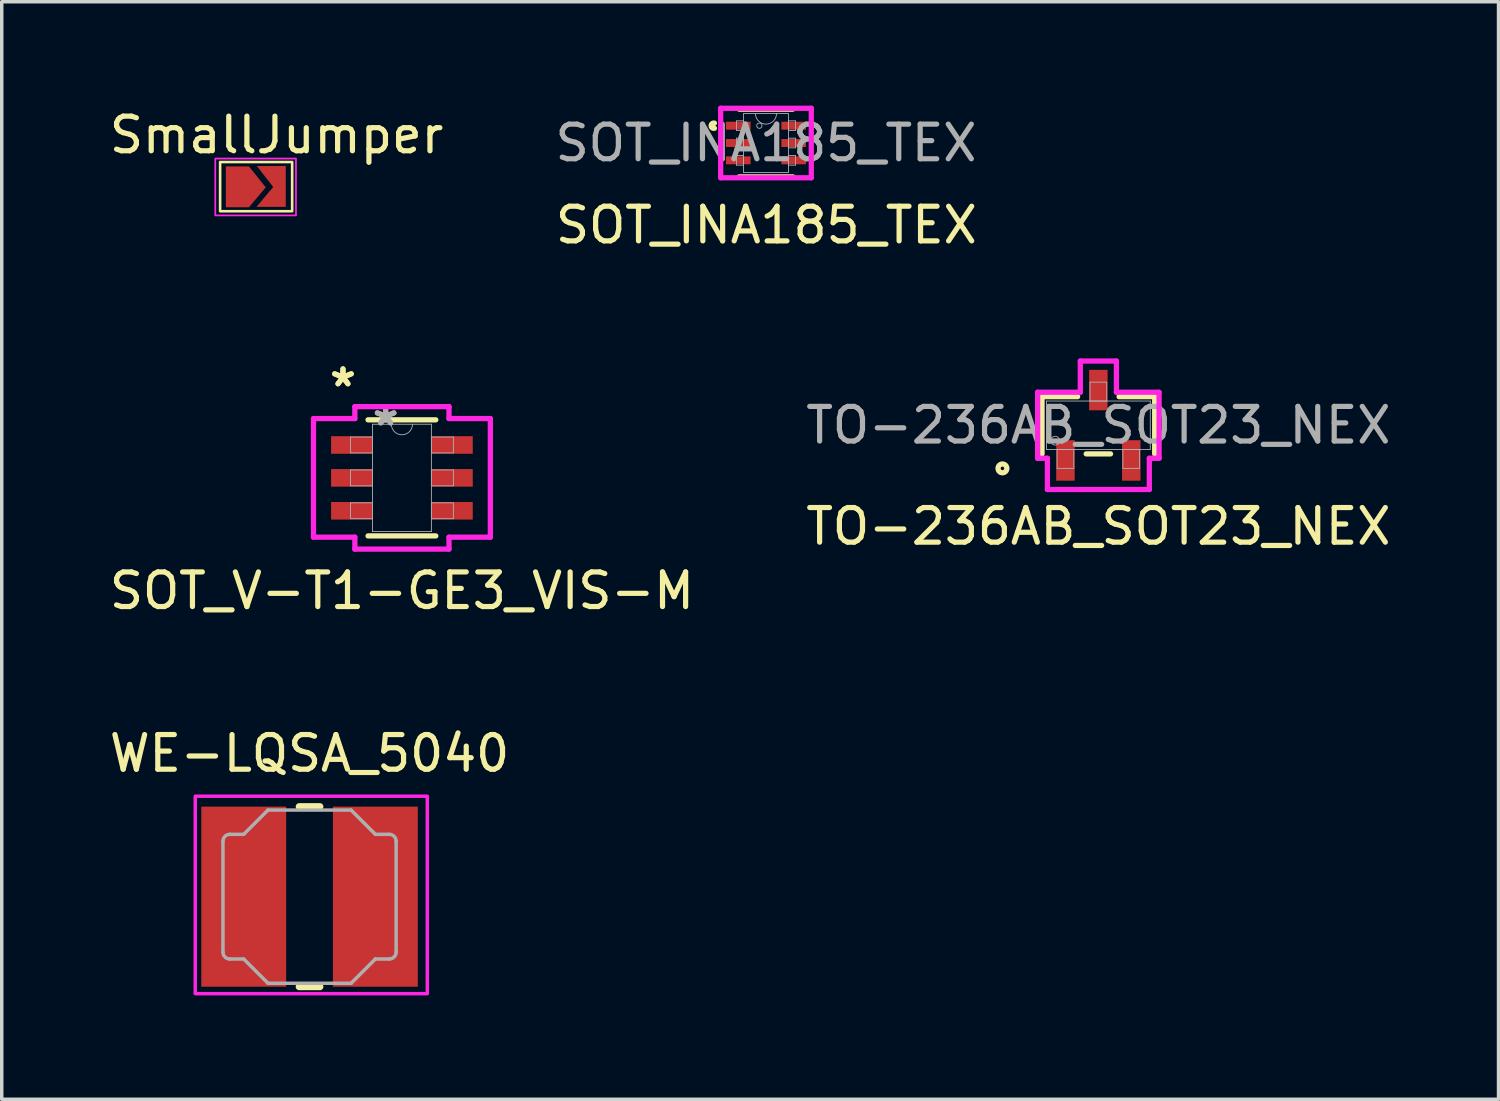
<source format=kicad_pcb>
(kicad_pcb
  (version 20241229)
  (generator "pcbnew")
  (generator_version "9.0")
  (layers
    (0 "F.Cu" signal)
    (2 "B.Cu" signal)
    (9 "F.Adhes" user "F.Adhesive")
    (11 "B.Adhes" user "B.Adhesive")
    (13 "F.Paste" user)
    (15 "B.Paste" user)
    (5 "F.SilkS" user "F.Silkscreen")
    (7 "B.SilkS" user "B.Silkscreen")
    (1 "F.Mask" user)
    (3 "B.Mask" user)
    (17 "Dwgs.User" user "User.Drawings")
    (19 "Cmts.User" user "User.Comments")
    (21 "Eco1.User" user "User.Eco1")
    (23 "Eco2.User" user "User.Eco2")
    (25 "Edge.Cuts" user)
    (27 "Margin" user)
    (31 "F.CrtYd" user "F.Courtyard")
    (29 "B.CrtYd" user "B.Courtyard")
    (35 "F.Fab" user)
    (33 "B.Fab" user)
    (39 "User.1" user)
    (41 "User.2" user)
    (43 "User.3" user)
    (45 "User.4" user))
  (footprint "SOT_V-T1-GE3_VIS-M"
    (layer "F.Cu")
    (at 8.554 10.747)
    (property "Reference" "SOT_V-T1-GE3_VIS-M" (at 0 3.26 0) (unlocked yes) (layer "F.SilkS") (effects (font (size 1 1) (thickness 0.15))))
    (attr smd)
    (fp_line (start -0.978 1.676) (end 0.978 1.676) (stroke (width 0.152) (type solid)) (layer "F.SilkS"))
    (fp_line (start 0.978 -1.676) (end -0.978 -1.676) (stroke (width 0.152) (type solid)) (layer "F.SilkS"))
    (fp_line (start -2.553 -1.712) (end -1.359 -1.712) (stroke (width 0.152) (type solid)) (layer "F.CrtYd"))
    (fp_line (start -2.553 1.712) (end -2.553 -1.712) (stroke (width 0.152) (type solid)) (layer "F.CrtYd"))
    (fp_line (start -2.553 1.712) (end -1.359 1.712) (stroke (width 0.152) (type solid)) (layer "F.CrtYd"))
    (fp_line (start -1.359 -2.057) (end 1.359 -2.057) (stroke (width 0.152) (type solid)) (layer "F.CrtYd"))
    (fp_line (start -1.359 -1.712) (end -1.359 -2.057) (stroke (width 0.152) (type solid)) (layer "F.CrtYd"))
    (fp_line (start -1.359 2.057) (end -1.359 1.712) (stroke (width 0.152) (type solid)) (layer "F.CrtYd"))
    (fp_line (start 1.359 -2.057) (end 1.359 -1.712) (stroke (width 0.152) (type solid)) (layer "F.CrtYd"))
    (fp_line (start 1.359 1.712) (end 1.359 2.057) (stroke (width 0.152) (type solid)) (layer "F.CrtYd"))
    (fp_line (start 1.359 2.057) (end -1.359 2.057) (stroke (width 0.152) (type solid)) (layer "F.CrtYd"))
    (fp_line (start 2.553 -1.712) (end 1.359 -1.712) (stroke (width 0.152) (type solid)) (layer "F.CrtYd"))
    (fp_line (start 2.553 -1.712) (end 2.553 1.712) (stroke (width 0.152) (type solid)) (layer "F.CrtYd"))
    (fp_line (start 2.553 1.712) (end 1.359 1.712) (stroke (width 0.152) (type solid)) (layer "F.CrtYd"))
    (fp_line (start -1.486 -1.179) (end -1.486 -0.721) (stroke (width 0.025) (type solid)) (layer "F.Fab"))
    (fp_line (start -1.486 -0.721) (end -0.851 -0.721) (stroke (width 0.025) (type solid)) (layer "F.Fab"))
    (fp_line (start -1.486 -0.229) (end -1.486 0.229) (stroke (width 0.025) (type solid)) (layer "F.Fab"))
    (fp_line (start -1.486 0.229) (end -0.851 0.229) (stroke (width 0.025) (type solid)) (layer "F.Fab"))
    (fp_line (start -1.486 0.721) (end -1.486 1.179) (stroke (width 0.025) (type solid)) (layer "F.Fab"))
    (fp_line (start -1.486 1.179) (end -0.851 1.179) (stroke (width 0.025) (type solid)) (layer "F.Fab"))
    (fp_line (start -0.851 -1.549) (end -0.851 1.549) (stroke (width 0.025) (type solid)) (layer "F.Fab"))
    (fp_line (start -0.851 -1.179) (end -1.486 -1.179) (stroke (width 0.025) (type solid)) (layer "F.Fab"))
    (fp_line (start -0.851 -0.721) (end -0.851 -1.179) (stroke (width 0.025) (type solid)) (layer "F.Fab"))
    (fp_line (start -0.851 -0.229) (end -1.486 -0.229) (stroke (width 0.025) (type solid)) (layer "F.Fab"))
    (fp_line (start -0.851 0.229) (end -0.851 -0.229) (stroke (width 0.025) (type solid)) (layer "F.Fab"))
    (fp_line (start -0.851 0.721) (end -1.486 0.721) (stroke (width 0.025) (type solid)) (layer "F.Fab"))
    (fp_line (start -0.851 1.179) (end -0.851 0.721) (stroke (width 0.025) (type solid)) (layer "F.Fab"))
    (fp_line (start -0.851 1.549) (end 0.851 1.549) (stroke (width 0.025) (type solid)) (layer "F.Fab"))
    (fp_line (start 0.851 -1.549) (end -0.851 -1.549) (stroke (width 0.025) (type solid)) (layer "F.Fab"))
    (fp_line (start 0.851 -1.179) (end 0.851 -0.721) (stroke (width 0.025) (type solid)) (layer "F.Fab"))
    (fp_line (start 0.851 -0.721) (end 1.486 -0.721) (stroke (width 0.025) (type solid)) (layer "F.Fab"))
    (fp_line (start 0.851 -0.229) (end 0.851 0.229) (stroke (width 0.025) (type solid)) (layer "F.Fab"))
    (fp_line (start 0.851 0.229) (end 1.486 0.229) (stroke (width 0.025) (type solid)) (layer "F.Fab"))
    (fp_line (start 0.851 0.721) (end 0.851 1.179) (stroke (width 0.025) (type solid)) (layer "F.Fab"))
    (fp_line (start 0.851 1.179) (end 1.486 1.179) (stroke (width 0.025) (type solid)) (layer "F.Fab"))
    (fp_line (start 0.851 1.549) (end 0.851 -1.549) (stroke (width 0.025) (type solid)) (layer "F.Fab"))
    (fp_line (start 1.486 -1.179) (end 0.851 -1.179) (stroke (width 0.025) (type solid)) (layer "F.Fab"))
    (fp_line (start 1.486 -0.721) (end 1.486 -1.179) (stroke (width 0.025) (type solid)) (layer "F.Fab"))
    (fp_line (start 1.486 -0.229) (end 0.851 -0.229) (stroke (width 0.025) (type solid)) (layer "F.Fab"))
    (fp_line (start 1.486 0.229) (end 1.486 -0.229) (stroke (width 0.025) (type solid)) (layer "F.Fab"))
    (fp_line (start 1.486 0.721) (end 0.851 0.721) (stroke (width 0.025) (type solid)) (layer "F.Fab"))
    (fp_line (start 1.486 1.179) (end 1.486 0.721) (stroke (width 0.025) (type solid)) (layer "F.Fab"))
    (fp_arc (start 0.3048 -1.5494) (mid 0 -1.2446) (end -0.3048 -1.5494) (stroke (width 0.0254) (type solid)) (layer "F.Fab"))
    (fp_text user "*" (at -1.702 -2.601 0) (layer "F.SilkS") (effects (font (size 1 1) (thickness 0.15))))
    (fp_text user "*" (at -1.702 -2.601 0) (unlocked yes) (layer "F.SilkS") (effects (font (size 1 1) (thickness 0.15))))
    (fp_text user "*" (at -0.47 -1.473 0) (unlocked yes) (layer "F.Fab") (effects (font (size 1 1) (thickness 0.15))))
    (fp_text user "*" (at -0.47 -1.473 0) (layer "F.Fab") (effects (font (size 1 1) (thickness 0.15))))
    (pad "1" smd rect (at -1.448 -0.95) (size 1.194 0.508) (layers "F.Cu" "F.Mask" "F.Paste"))
    (pad "2" smd rect (at -1.448 0) (size 1.194 0.508) (layers "F.Cu" "F.Mask" "F.Paste"))
    (pad "3" smd rect (at -1.448 0.95) (size 1.194 0.508) (layers "F.Cu" "F.Mask" "F.Paste"))
    (pad "4" smd rect (at 1.448 0.95) (size 1.194 0.508) (layers "F.Cu" "F.Mask" "F.Paste"))
    (pad "5" smd rect (at 1.448 0) (size 1.194 0.508) (layers "F.Cu" "F.Mask" "F.Paste"))
    (pad "6" smd rect (at 1.448 -0.95) (size 1.194 0.508) (layers "F.Cu" "F.Mask" "F.Paste")))
  (footprint "TO-236AB_SOT23_NEX"
    (layer "F.Cu")
    (at 28.661 9.228)
    (property "Reference" "TO-236AB_SOT23_NEX" (at 0 2.92 0) (unlocked yes) (layer "F.SilkS") (effects (font (size 1 1) (thickness 0.15))))
    (attr smd)
    (fp_line (start -1.626 -0.826) (end -1.626 0.826) (stroke (width 0.152) (type solid)) (layer "F.SilkS"))
    (fp_line (start -0.599 -0.826) (end -1.626 -0.826) (stroke (width 0.152) (type solid)) (layer "F.SilkS"))
    (fp_line (start -0.351 0.826) (end 0.351 0.826) (stroke (width 0.152) (type solid)) (layer "F.SilkS"))
    (fp_line (start 1.626 -0.826) (end 0.599 -0.826) (stroke (width 0.152) (type solid)) (layer "F.SilkS"))
    (fp_line (start 1.626 0.826) (end 1.626 -0.826) (stroke (width 0.152) (type solid)) (layer "F.SilkS"))
    (fp_circle (center -2.769 1.245) (end -2.642 1.245) (stroke (width 0.152) (type solid)) (fill no) (layer "F.SilkS"))
    (fp_line (start -1.753 -0.953) (end -0.521 -0.953) (stroke (width 0.152) (type solid)) (layer "F.CrtYd"))
    (fp_line (start -1.753 0.953) (end -1.753 -0.953) (stroke (width 0.152) (type solid)) (layer "F.CrtYd"))
    (fp_line (start -1.753 0.953) (end -1.471 0.953) (stroke (width 0.152) (type solid)) (layer "F.CrtYd"))
    (fp_line (start -1.471 0.953) (end -1.471 1.854) (stroke (width 0.152) (type solid)) (layer "F.CrtYd"))
    (fp_line (start -1.471 1.854) (end 1.471 1.854) (stroke (width 0.152) (type solid)) (layer "F.CrtYd"))
    (fp_line (start -0.521 -1.854) (end 0.521 -1.854) (stroke (width 0.152) (type solid)) (layer "F.CrtYd"))
    (fp_line (start -0.521 -0.953) (end -0.521 -1.854) (stroke (width 0.152) (type solid)) (layer "F.CrtYd"))
    (fp_line (start 0.521 -0.953) (end 0.521 -1.854) (stroke (width 0.152) (type solid)) (layer "F.CrtYd"))
    (fp_line (start 1.471 0.953) (end 1.471 1.854) (stroke (width 0.152) (type solid)) (layer "F.CrtYd"))
    (fp_line (start 1.753 -0.953) (end 0.521 -0.953) (stroke (width 0.152) (type solid)) (layer "F.CrtYd"))
    (fp_line (start 1.753 -0.953) (end 1.753 0.953) (stroke (width 0.152) (type solid)) (layer "F.CrtYd"))
    (fp_line (start 1.753 0.953) (end 1.471 0.953) (stroke (width 0.152) (type solid)) (layer "F.CrtYd"))
    (fp_line (start -1.499 -0.699) (end -1.499 0.699) (stroke (width 0.025) (type solid)) (layer "F.Fab"))
    (fp_line (start -1.499 0.699) (end 1.499 0.699) (stroke (width 0.025) (type solid)) (layer "F.Fab"))
    (fp_line (start -1.191 0.699) (end -1.191 1.245) (stroke (width 0.025) (type solid)) (layer "F.Fab"))
    (fp_line (start -1.191 1.245) (end -0.709 1.245) (stroke (width 0.025) (type solid)) (layer "F.Fab"))
    (fp_line (start -0.709 0.699) (end -1.191 0.699) (stroke (width 0.025) (type solid)) (layer "F.Fab"))
    (fp_line (start -0.709 1.245) (end -0.709 0.699) (stroke (width 0.025) (type solid)) (layer "F.Fab"))
    (fp_line (start -0.241 -1.245) (end -0.241 -0.699) (stroke (width 0.025) (type solid)) (layer "F.Fab"))
    (fp_line (start -0.241 -0.699) (end 0.241 -0.699) (stroke (width 0.025) (type solid)) (layer "F.Fab"))
    (fp_line (start 0.241 -1.245) (end -0.241 -1.245) (stroke (width 0.025) (type solid)) (layer "F.Fab"))
    (fp_line (start 0.241 -0.699) (end 0.241 -1.245) (stroke (width 0.025) (type solid)) (layer "F.Fab"))
    (fp_line (start 0.709 0.699) (end 0.709 1.245) (stroke (width 0.025) (type solid)) (layer "F.Fab"))
    (fp_line (start 0.709 1.245) (end 1.191 1.245) (stroke (width 0.025) (type solid)) (layer "F.Fab"))
    (fp_line (start 1.191 0.699) (end 0.709 0.699) (stroke (width 0.025) (type solid)) (layer "F.Fab"))
    (fp_line (start 1.191 1.245) (end 1.191 0.699) (stroke (width 0.025) (type solid)) (layer "F.Fab"))
    (fp_line (start 1.499 -0.699) (end -1.499 -0.699) (stroke (width 0.025) (type solid)) (layer "F.Fab"))
    (fp_line (start 1.499 0.699) (end 1.499 -0.699) (stroke (width 0.025) (type solid)) (layer "F.Fab"))
    (fp_circle (center -1.245 0.445) (end -1.118 0.445) (stroke (width 0.025) (type solid)) (fill no) (layer "F.Fab"))
    (fp_text user "${REFERENCE}" (at 0 0 0) (unlocked yes) (layer "F.Fab") (effects (font (size 1 1) (thickness 0.15))))
    (pad "1" smd rect (at -0.95 1.016) (size 0.533 1.168) (layers "F.Cu" "F.Mask" "F.Paste"))
    (pad "2" smd rect (at 0.95 1.016) (size 0.533 1.168) (layers "F.Cu" "F.Mask" "F.Paste"))
    (pad "3" smd rect (at 0 -1.016) (size 0.533 1.168) (layers "F.Cu" "F.Mask" "F.Paste")))
  (footprint "WE-LQSA_5040"
    (layer "F.Cu")
    (at 5.887 22.838)
    (property "Reference" "WE-LQSA_5040" (at 0 -4.135 0) (layer "F.SilkS") (effects (font (size 1 1) (thickness 0.15))))
    (attr smd)
    (fp_line (start -0.3 -2.6) (end 0.3 -2.6) (stroke (width 0.2) (type solid)) (layer "F.SilkS"))
    (fp_line (start -0.3 2.6) (end 0.3 2.6) (stroke (width 0.2) (type solid)) (layer "F.SilkS"))
    (fp_poly (pts (xy -3.3 -2.9) (xy 3.4 -2.9) (xy 3.4 2.8) (xy -3.3 2.8)) (stroke (width 0.1) (type solid)) (fill no) (layer "F.CrtYd"))
    (fp_line (start -2.5 -1.6) (end -2.5 1.6) (stroke (width 0.1) (type solid)) (layer "F.Fab"))
    (fp_line (start -2.3 -1.8) (end -1.9 -1.8) (stroke (width 0.1) (type solid)) (layer "F.Fab"))
    (fp_line (start -2.3 1.8) (end -1.9 1.8) (stroke (width 0.1) (type solid)) (layer "F.Fab"))
    (fp_line (start -1.9 -1.8) (end -1.2 -2.5) (stroke (width 0.1) (type solid)) (layer "F.Fab"))
    (fp_line (start -1.9 1.8) (end -1.2 2.5) (stroke (width 0.1) (type solid)) (layer "F.Fab"))
    (fp_line (start -1.2 -2.5) (end 1.2 -2.5) (stroke (width 0.1) (type solid)) (layer "F.Fab"))
    (fp_line (start -1.2 2.5) (end 1.2 2.5) (stroke (width 0.1) (type solid)) (layer "F.Fab"))
    (fp_line (start 1.9 -1.8) (end 1.2 -2.5) (stroke (width 0.1) (type solid)) (layer "F.Fab"))
    (fp_line (start 1.9 1.8) (end 1.2 2.5) (stroke (width 0.1) (type solid)) (layer "F.Fab"))
    (fp_line (start 2.3 -1.8) (end 1.9 -1.8) (stroke (width 0.1) (type solid)) (layer "F.Fab"))
    (fp_line (start 2.3 1.8) (end 1.9 1.8) (stroke (width 0.1) (type solid)) (layer "F.Fab"))
    (fp_line (start 2.5 -1.6) (end 2.5 1.6) (stroke (width 0.1) (type solid)) (layer "F.Fab"))
    (fp_arc (start -2.5 -1.6) (mid -2.441421 -1.741421) (end -2.3 -1.8) (stroke (width 0.1) (type solid)) (layer "F.Fab"))
    (fp_arc (start -2.3 1.8) (mid -2.441421 1.741421) (end -2.5 1.6) (stroke (width 0.1) (type solid)) (layer "F.Fab"))
    (fp_arc (start 2.3 -1.8) (mid 2.441421 -1.741421) (end 2.5 -1.6) (stroke (width 0.1) (type solid)) (layer "F.Fab"))
    (fp_arc (start 2.5 1.6) (mid 2.441421 1.741421) (end 2.3 1.8) (stroke (width 0.1) (type solid)) (layer "F.Fab"))
    (pad "1" smd rect (at -1.9 0) (size 2.45 5.2) (layers "F.Cu" "F.Mask" "F.Paste"))
    (pad "2" smd rect (at 1.9 0) (size 2.45 5.2) (layers "F.Cu" "F.Mask" "F.Paste")))
  (footprint "SOT_INA185_TEX"
    (layer "F.Cu")
    (at 19.065 1.079)
    (property "Reference" "SOT_INA185_TEX" (at 0.01 2.37 0) (unlocked yes) (layer "F.SilkS") (effects (font (size 1 1) (thickness 0.15))))
    (attr smd)
    (fp_line (start -0.775 0.978) (end 0.775 0.978) (stroke (width 0.152) (type solid)) (layer "F.SilkS"))
    (fp_line (start 0.775 -0.978) (end -0.775 -0.978) (stroke (width 0.152) (type solid)) (layer "F.SilkS"))
    (fp_arc (start -1.48844 -0.426297) (mid -1.5835 -0.500126) (end -1.48844 -0.573955) (stroke (width 0.1524) (type solid)) (layer "F.SilkS"))
    (fp_line (start -1.308 -1.003) (end 1.308 -1.003) (stroke (width 0.152) (type solid)) (layer "F.CrtYd"))
    (fp_line (start -1.308 1.003) (end -1.308 -1.003) (stroke (width 0.152) (type solid)) (layer "F.CrtYd"))
    (fp_line (start 1.308 -1.003) (end 1.308 1.003) (stroke (width 0.152) (type solid)) (layer "F.CrtYd"))
    (fp_line (start 1.308 1.003) (end -1.308 1.003) (stroke (width 0.152) (type solid)) (layer "F.CrtYd"))
    (fp_line (start -0.851 -0.64) (end -0.851 -0.36) (stroke (width 0.025) (type solid)) (layer "F.Fab"))
    (fp_line (start -0.851 -0.36) (end -0.648 -0.36) (stroke (width 0.025) (type solid)) (layer "F.Fab"))
    (fp_line (start -0.851 -0.14) (end -0.851 0.14) (stroke (width 0.025) (type solid)) (layer "F.Fab"))
    (fp_line (start -0.851 0.14) (end -0.648 0.14) (stroke (width 0.025) (type solid)) (layer "F.Fab"))
    (fp_line (start -0.851 0.36) (end -0.851 0.64) (stroke (width 0.025) (type solid)) (layer "F.Fab"))
    (fp_line (start -0.851 0.64) (end -0.648 0.64) (stroke (width 0.025) (type solid)) (layer "F.Fab"))
    (fp_line (start -0.648 -0.851) (end -0.648 0.851) (stroke (width 0.025) (type solid)) (layer "F.Fab"))
    (fp_line (start -0.648 -0.64) (end -0.851 -0.64) (stroke (width 0.025) (type solid)) (layer "F.Fab"))
    (fp_line (start -0.648 -0.36) (end -0.648 -0.64) (stroke (width 0.025) (type solid)) (layer "F.Fab"))
    (fp_line (start -0.648 -0.14) (end -0.851 -0.14) (stroke (width 0.025) (type solid)) (layer "F.Fab"))
    (fp_line (start -0.648 0.14) (end -0.648 -0.14) (stroke (width 0.025) (type solid)) (layer "F.Fab"))
    (fp_line (start -0.648 0.36) (end -0.851 0.36) (stroke (width 0.025) (type solid)) (layer "F.Fab"))
    (fp_line (start -0.648 0.64) (end -0.648 0.36) (stroke (width 0.025) (type solid)) (layer "F.Fab"))
    (fp_line (start -0.648 0.851) (end 0.648 0.851) (stroke (width 0.025) (type solid)) (layer "F.Fab"))
    (fp_line (start 0.648 -0.851) (end -0.648 -0.851) (stroke (width 0.025) (type solid)) (layer "F.Fab"))
    (fp_line (start 0.648 -0.64) (end 0.648 -0.36) (stroke (width 0.025) (type solid)) (layer "F.Fab"))
    (fp_line (start 0.648 -0.36) (end 0.851 -0.36) (stroke (width 0.025) (type solid)) (layer "F.Fab"))
    (fp_line (start 0.648 -0.14) (end 0.648 0.14) (stroke (width 0.025) (type solid)) (layer "F.Fab"))
    (fp_line (start 0.648 0.14) (end 0.851 0.14) (stroke (width 0.025) (type solid)) (layer "F.Fab"))
    (fp_line (start 0.648 0.36) (end 0.648 0.64) (stroke (width 0.025) (type solid)) (layer "F.Fab"))
    (fp_line (start 0.648 0.64) (end 0.851 0.64) (stroke (width 0.025) (type solid)) (layer "F.Fab"))
    (fp_line (start 0.648 0.851) (end 0.648 -0.851) (stroke (width 0.025) (type solid)) (layer "F.Fab"))
    (fp_line (start 0.851 -0.64) (end 0.648 -0.64) (stroke (width 0.025) (type solid)) (layer "F.Fab"))
    (fp_line (start 0.851 -0.36) (end 0.851 -0.64) (stroke (width 0.025) (type solid)) (layer "F.Fab"))
    (fp_line (start 0.851 -0.14) (end 0.648 -0.14) (stroke (width 0.025) (type solid)) (layer "F.Fab"))
    (fp_line (start 0.851 0.14) (end 0.851 -0.14) (stroke (width 0.025) (type solid)) (layer "F.Fab"))
    (fp_line (start 0.851 0.36) (end 0.648 0.36) (stroke (width 0.025) (type solid)) (layer "F.Fab"))
    (fp_line (start 0.851 0.64) (end 0.851 0.36) (stroke (width 0.025) (type solid)) (layer "F.Fab"))
    (fp_arc (start 0.3048 -0.8509) (mid 0 -0.5461) (end -0.3048 -0.8509) (stroke (width 0.0254) (type solid)) (layer "F.Fab"))
    (fp_circle (center -0.191 -0.5) (end -0.114 -0.5) (stroke (width 0.025) (type solid)) (fill no) (layer "F.Fab"))
    (fp_text user "${REFERENCE}" (at 0 0 0) (unlocked yes) (layer "F.Fab") (effects (font (size 1 1) (thickness 0.15))))
    (pad "1" smd rect (at -0.8 -0.5) (size 0.711 0.229) (layers "F.Cu" "F.Mask" "F.Paste"))
    (pad "2" smd rect (at -0.8 0) (size 0.711 0.229) (layers "F.Cu" "F.Mask" "F.Paste"))
    (pad "3" smd rect (at -0.8 0.5) (size 0.711 0.229) (layers "F.Cu" "F.Mask" "F.Paste"))
    (pad "4" smd rect (at 0.8 0.5) (size 0.711 0.229) (layers "F.Cu" "F.Mask" "F.Paste"))
    (pad "5" smd rect (at 0.8 0) (size 0.711 0.229) (layers "F.Cu" "F.Mask" "F.Paste"))
    (pad "6" smd rect (at 0.8 -0.5) (size 0.711 0.229) (layers "F.Cu" "F.Mask" "F.Paste")))
  (footprint "SmallJumper"
    (layer "F.Cu")
    (at 4.325 2.348)
    (property "Reference" "SmallJumper" (at 0.61 -1.5 0) (layer "F.SilkS") (effects (font (size 1 1) (thickness 0.15))))
    (attr smd exclude_from_pos_files exclude_from_bom allow_soldermask_bridges)
    (fp_rect (start -0.93 -0.64) (end 0.96 0.63) (stroke (width 0) (type default)) (fill yes) (layer "F.Mask"))
    (fp_rect (start -1.02 -0.72) (end 1.06 0.7) (stroke (width 0.075) (type solid)) (fill no) (layer "F.SilkS"))
    (fp_rect (start -1.16 -0.82) (end 1.17 0.82) (stroke (width 0.05) (type default)) (fill no) (layer "F.CrtYd"))
    (pad "1" smd custom (at -0.49 -0.02) (size 0.39 0.31) (layers "F.Cu" "F.Mask") (options (anchor rect)) (primitives (gr_poly (pts (xy 0.301 -0.569) (xy 0.781 0.031) (xy 0.301 0.601) (xy 0.301 0.601) (xy -0.359 0.601) (xy -0.359 -0.569) (xy 0.301 -0.569)) (width 0.01) (fill yes))))
    (pad "2" smd custom (at 0.63 0.34) (size 0.31 0.31) (layers "F.Cu" "F.Mask") (options (anchor circle)) (primitives (gr_poly (pts (xy -0.195 -0.077) (xy -0.189 -0.107) (xy -0.172 -0.132) (xy -0.147 -0.149) (xy -0.117 -0.155) (xy 0.117 -0.155) (xy 0.147 -0.149) (xy 0.172 -0.132) (xy 0.189 -0.107) (xy 0.195 -0.077) (xy 0.195 0.077) (xy 0.189 0.107) (xy 0.172 0.132) (xy 0.147 0.149) (xy 0.117 0.155) (xy -0.117 0.155) (xy -0.147 0.149) (xy -0.172 0.132) (xy -0.189 0.107) (xy -0.195 0.077)) (width 0) (fill yes)) (gr_poly (pts (xy -0.58 -0.94) (xy -0.11 -0.34) (xy -0.59 0.23) (xy 0.24 0.23) (xy 0.24 -0.94)) (width 0.01) (fill yes)))))
  (gr_rect
    (start -3 -3)
    (end 40.214 28.688)
    (stroke (width 0.1) (type default))
    (fill no)
    (layer "Edge.Cuts")))
</source>
